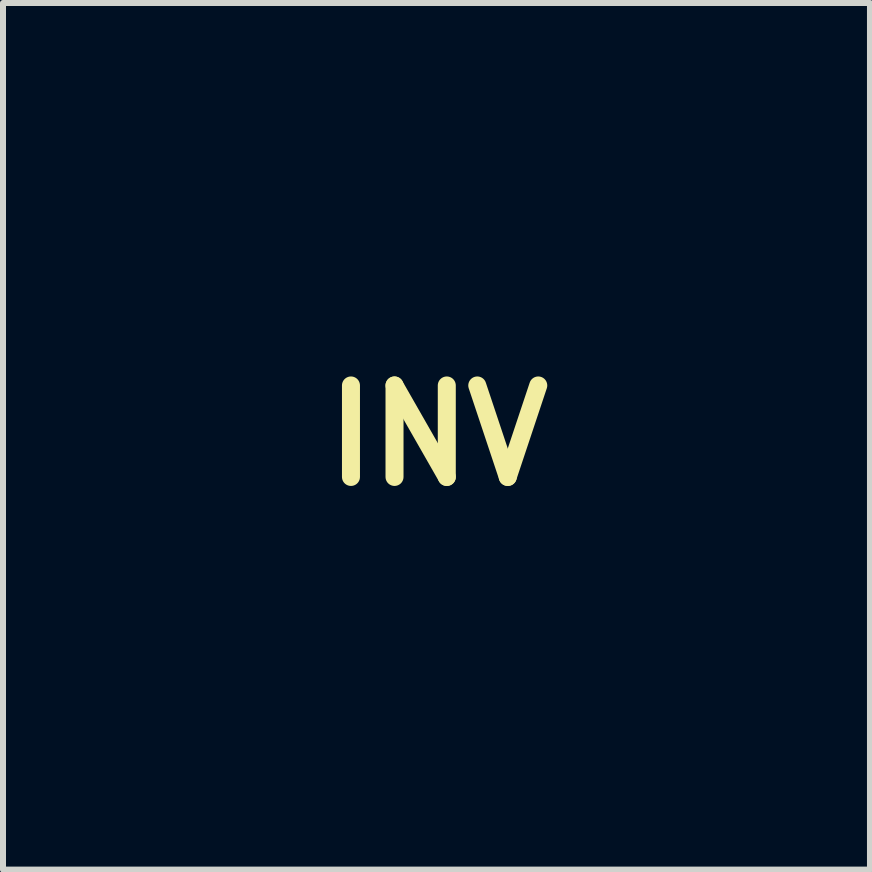
<source format=kicad_pcb>
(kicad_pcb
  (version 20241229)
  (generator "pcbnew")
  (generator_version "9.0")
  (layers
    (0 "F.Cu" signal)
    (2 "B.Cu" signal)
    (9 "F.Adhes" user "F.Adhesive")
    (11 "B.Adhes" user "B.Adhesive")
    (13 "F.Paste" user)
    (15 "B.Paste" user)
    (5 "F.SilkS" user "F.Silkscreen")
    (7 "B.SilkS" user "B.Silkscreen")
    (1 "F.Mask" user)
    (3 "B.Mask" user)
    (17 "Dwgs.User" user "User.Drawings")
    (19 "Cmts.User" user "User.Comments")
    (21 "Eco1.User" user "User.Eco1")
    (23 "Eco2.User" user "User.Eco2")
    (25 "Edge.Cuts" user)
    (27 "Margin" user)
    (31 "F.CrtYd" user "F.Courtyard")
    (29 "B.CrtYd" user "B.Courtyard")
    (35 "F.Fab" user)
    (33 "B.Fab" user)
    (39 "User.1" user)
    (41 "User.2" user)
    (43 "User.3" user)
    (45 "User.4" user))
  (footprint "INV"
    (layer "F.Cu")
    (at 4.249 4.207)
    (property "Reference" "INV" (at 0 0 0) (layer "F.SilkS") (effects (font (size 1.524 1.524) (thickness 0.3))))
    (attr through_hole)
    (fp_poly (pts (xy 0.72 2.385) (xy 0.761 2.424) (xy 0.815 2.481) (xy 0.835 2.502) (xy 0.893 2.567) (xy 0.924 2.609) (xy 0.933 2.633) (xy 0.922 2.646) (xy 0.916 2.649) (xy 0.885 2.653) (xy 0.818 2.657) (xy 0.72 2.66) (xy 0.596 2.662) (xy 0.452 2.664) (xy 0.294 2.665) (xy 0.125 2.666) (xy -0.048 2.666) (xy -0.22 2.665) (xy -0.386 2.664) (xy -0.541 2.662) (xy -0.679 2.66) (xy -0.796 2.657) (xy -0.886 2.654) (xy -0.943 2.65) (xy -0.963 2.646) (xy -0.946 2.639) (xy -0.888 2.634) (xy -0.788 2.63) (xy -0.647 2.627) (xy -0.465 2.625) (xy -0.243 2.624) (xy -0.239 2.624) (xy 0.497 2.623) (xy 0.589 2.497) (xy 0.636 2.436) (xy 0.674 2.391) (xy 0.697 2.371) (xy 0.699 2.371) (xy 0.72 2.385)) (stroke (width 0.01) (type solid)) (fill yes) (layer "F.Mask"))
    (fp_poly (pts (xy -0.549 -3.008) (xy -0.483 -2.985) (xy -0.394 -2.947) (xy -0.344 -2.914) (xy -0.329 -2.883) (xy -0.346 -2.853) (xy -0.369 -2.821) (xy -0.404 -2.761) (xy -0.446 -2.685) (xy -0.465 -2.648) (xy -0.505 -2.566) (xy -0.529 -2.513) (xy -0.537 -2.48) (xy -0.531 -2.459) (xy -0.514 -2.44) (xy -0.512 -2.438) (xy -0.495 -2.418) (xy -0.484 -2.392) (xy -0.48 -2.35) (xy -0.482 -2.283) (xy -0.488 -2.183) (xy -0.488 -2.18) (xy -0.494 -2.081) (xy -0.498 -1.952) (xy -0.502 -1.808) (xy -0.505 -1.661) (xy -0.506 -1.584) (xy -0.507 -1.436) (xy -0.511 -1.326) (xy -0.519 -1.248) (xy -0.532 -1.195) (xy -0.553 -1.164) (xy -0.583 -1.149) (xy -0.623 -1.143) (xy -0.647 -1.143) (xy -0.72 -1.143) (xy -0.72 -2.189) (xy -0.836 -2.074) (xy -0.897 -2.017) (xy -0.934 -1.989) (xy -0.951 -1.989) (xy -0.953 -1.998) (xy -0.942 -2.042) (xy -0.915 -2.097) (xy -0.911 -2.105) (xy -0.873 -2.178) (xy -0.828 -2.283) (xy -0.78 -2.407) (xy -0.733 -2.542) (xy -0.691 -2.677) (xy -0.667 -2.766) (xy -0.643 -2.856) (xy -0.623 -2.932) (xy -0.608 -2.985) (xy -0.604 -3.001) (xy -0.588 -3.013) (xy -0.549 -3.008)) (stroke (width 0.01) (type solid)) (fill yes) (layer "F.Mask"))
    (fp_poly (pts (xy -0.132 1.002) (xy -0.078 1.011) (xy -0.003 1.021) (xy 0.047 1.027) (xy 0.132 1.041) (xy 0.175 1.061) (xy 0.18 1.089) (xy 0.148 1.126) (xy 0.141 1.131) (xy 0.116 1.154) (xy 0.099 1.178) (xy 0.09 1.214) (xy 0.086 1.27) (xy 0.085 1.357) (xy 0.085 1.393) (xy 0.085 1.609) (xy 0.643 1.609) (xy 0.746 1.521) (xy 0.85 1.434) (xy 0.984 1.526) (xy 1.047 1.571) (xy 1.091 1.608) (xy 1.109 1.632) (xy 1.109 1.634) (xy 1.085 1.639) (xy 1.026 1.643) (xy 0.936 1.647) (xy 0.821 1.649) (xy 0.688 1.651) (xy 0.591 1.651) (xy 0.085 1.651) (xy 0.085 2.52) (xy 0.03 2.541) (xy -0.027 2.555) (xy -0.093 2.561) (xy -0.149 2.557) (xy -0.176 2.547) (xy -0.181 2.523) (xy -0.184 2.462) (xy -0.187 2.372) (xy -0.189 2.26) (xy -0.19 2.131) (xy -0.191 2.092) (xy -0.191 1.651) (xy -0.646 1.651) (xy -0.808 1.65) (xy -0.938 1.647) (xy -1.031 1.643) (xy -1.086 1.636) (xy -1.101 1.63) (xy -1.08 1.622) (xy -1.019 1.616) (xy -0.92 1.612) (xy -0.786 1.609) (xy -0.646 1.609) (xy -0.191 1.609) (xy -0.191 0.991) (xy -0.132 1.002)) (stroke (width 0.01) (type solid)) (fill yes) (layer "F.Mask"))
    (fp_poly (pts (xy 0.004 -3.007) (xy 0.071 -2.997) (xy 0.139 -2.984) (xy 0.194 -2.971) (xy 0.223 -2.959) (xy 0.224 -2.959) (xy 0.224 -2.932) (xy 0.204 -2.89) (xy 0.203 -2.89) (xy 0.182 -2.835) (xy 0.164 -2.75) (xy 0.155 -2.667) (xy 0.142 -2.498) (xy 0.238 -2.498) (xy 0.303 -2.502) (xy 0.343 -2.52) (xy 0.369 -2.551) (xy 0.404 -2.605) (xy 0.498 -2.537) (xy 0.558 -2.491) (xy 0.609 -2.449) (xy 0.627 -2.431) (xy 0.648 -2.403) (xy 0.638 -2.384) (xy 0.606 -2.368) (xy 0.55 -2.343) (xy 0.55 -1.925) (xy 0.551 -1.794) (xy 0.553 -1.677) (xy 0.555 -1.579) (xy 0.559 -1.51) (xy 0.563 -1.474) (xy 0.563 -1.473) (xy 0.592 -1.448) (xy 0.641 -1.44) (xy 0.692 -1.45) (xy 0.717 -1.468) (xy 0.738 -1.503) (xy 0.767 -1.563) (xy 0.792 -1.621) (xy 0.829 -1.703) (xy 0.856 -1.744) (xy 0.874 -1.744) (xy 0.885 -1.702) (xy 0.889 -1.618) (xy 0.889 -1.6) (xy 0.891 -1.515) (xy 0.897 -1.463) (xy 0.91 -1.432) (xy 0.931 -1.413) (xy 0.968 -1.371) (xy 0.968 -1.322) (xy 0.933 -1.278) (xy 0.918 -1.268) (xy 0.87 -1.254) (xy 0.795 -1.244) (xy 0.703 -1.239) (xy 0.604 -1.237) (xy 0.509 -1.239) (xy 0.428 -1.246) (xy 0.373 -1.257) (xy 0.356 -1.266) (xy 0.347 -1.285) (xy 0.339 -1.327) (xy 0.334 -1.394) (xy 0.329 -1.49) (xy 0.325 -1.62) (xy 0.322 -1.787) (xy 0.322 -1.864) (xy 0.315 -2.434) (xy 0.152 -2.434) (xy 0.139 -2.291) (xy 0.113 -2.066) (xy 0.08 -1.877) (xy 0.038 -1.719) (xy -0.015 -1.587) (xy -0.08 -1.474) (xy -0.151 -1.386) (xy -0.212 -1.325) (xy -0.275 -1.269) (xy -0.336 -1.223) (xy -0.388 -1.189) (xy -0.428 -1.169) (xy -0.449 -1.168) (xy -0.447 -1.187) (xy -0.424 -1.222) (xy -0.331 -1.352) (xy -0.258 -1.483) (xy -0.2 -1.622) (xy -0.157 -1.778) (xy -0.124 -1.957) (xy -0.101 -2.169) (xy -0.095 -2.237) (xy -0.08 -2.432) (xy -0.234 -2.438) (xy -0.327 -2.446) (xy -0.382 -2.459) (xy -0.397 -2.471) (xy -0.39 -2.485) (xy -0.353 -2.494) (xy -0.281 -2.497) (xy -0.245 -2.498) (xy -0.085 -2.498) (xy -0.085 -2.748) (xy -0.084 -2.847) (xy -0.082 -2.929) (xy -0.078 -2.986) (xy -0.074 -3.009) (xy -0.049 -3.012) (xy 0.004 -3.007)) (stroke (width 0.01) (type solid)) (fill yes) (layer "F.Mask"))
    (fp_poly (pts (xy 2.085 -2.096) (xy 2.334 -1.847) (xy 2.574 -1.606) (xy 2.804 -1.375) (xy 3.023 -1.155) (xy 3.228 -0.949) (xy 3.418 -0.757) (xy 3.591 -0.582) (xy 3.746 -0.425) (xy 3.88 -0.288) (xy 3.993 -0.173) (xy 4.082 -0.082) (xy 4.145 -0.015) (xy 4.182 0.024) (xy 4.191 0.035) (xy 4.176 0.052) (xy 4.134 0.097) (xy 4.065 0.167) (xy 3.973 0.261) (xy 3.858 0.377) (xy 3.725 0.512) (xy 3.573 0.664) (xy 3.406 0.832) (xy 3.225 1.013) (xy 3.034 1.205) (xy 2.832 1.406) (xy 2.624 1.614) (xy 2.41 1.827) (xy 2.194 2.044) (xy 1.976 2.261) (xy 1.759 2.476) (xy 1.546 2.689) (xy 1.338 2.896) (xy 1.137 3.095) (xy 0.945 3.286) (xy 0.765 3.464) (xy 0.598 3.629) (xy 0.447 3.778) (xy 0.314 3.91) (xy 0.2 4.021) (xy 0.108 4.111) (xy 0.04 4.177) (xy -0.002 4.216) (xy -0.015 4.228) (xy -0.032 4.214) (xy -0.077 4.171) (xy -0.148 4.103) (xy -0.244 4.009) (xy -0.363 3.892) (xy -0.504 3.753) (xy -0.664 3.595) (xy -0.842 3.418) (xy -1.037 3.225) (xy -1.246 3.017) (xy -1.468 2.796) (xy -1.701 2.564) (xy -1.944 2.321) (xy -2.138 2.127) (xy -4.244 0.021) (xy -4.244 0.021) (xy -3.736 0.021) (xy -1.884 1.873) (xy -1.651 2.106) (xy -1.426 2.331) (xy -1.212 2.545) (xy -1.009 2.747) (xy -0.82 2.935) (xy -0.647 3.108) (xy -0.49 3.263) (xy -0.354 3.399) (xy -0.238 3.513) (xy -0.145 3.605) (xy -0.076 3.672) (xy -0.034 3.713) (xy -0.02 3.725) (xy -0.004 3.711) (xy 0.04 3.668) (xy 0.111 3.599) (xy 0.206 3.505) (xy 0.324 3.389) (xy 0.462 3.252) (xy 0.62 3.096) (xy 0.795 2.922) (xy 0.985 2.733) (xy 1.189 2.53) (xy 1.404 2.316) (xy 1.63 2.091) (xy 1.837 1.884) (xy 2.07 1.652) (xy 2.294 1.428) (xy 2.508 1.214) (xy 2.71 1.012) (xy 2.898 0.824) (xy 3.07 0.651) (xy 3.224 0.495) (xy 3.36 0.358) (xy 3.474 0.243) (xy 3.565 0.15) (xy 3.632 0.082) (xy 3.671 0.04) (xy 3.683 0.027) (xy 3.668 0.01) (xy 3.625 -0.035) (xy 3.556 -0.106) (xy 3.463 -0.201) (xy 3.346 -0.319) (xy 3.209 -0.458) (xy 3.052 -0.616) (xy 2.878 -0.791) (xy 2.689 -0.982) (xy 2.485 -1.186) (xy 2.27 -1.402) (xy 2.045 -1.627) (xy 1.831 -1.842) (xy -0.021 -3.694) (xy -3.736 0.021) (xy -4.244 0.021) (xy -2.133 -2.09) (xy -0.021 -4.202) (xy 2.085 -2.096)) (stroke (width 0.01) (type solid)) (fill yes) (layer "F.Mask"))
    (fp_poly (pts (xy -1.303 -1.197) (xy -1.16 -1.17) (xy -1.019 -1.13) (xy -0.898 -1.082) (xy -0.871 -1.068) (xy -0.775 -1.006) (xy -0.659 -0.913) (xy -0.527 -0.795) (xy -0.384 -0.654) (xy -0.235 -0.496) (xy -0.231 -0.492) (xy -0.015 -0.253) (xy 0.102 -0.386) (xy 0.159 -0.449) (xy 0.237 -0.532) (xy 0.328 -0.627) (xy 0.424 -0.724) (xy 0.466 -0.767) (xy 0.567 -0.866) (xy 0.647 -0.941) (xy 0.714 -0.996) (xy 0.775 -1.038) (xy 0.839 -1.074) (xy 0.87 -1.089) (xy 1.077 -1.163) (xy 1.302 -1.199) (xy 1.524 -1.199) (xy 1.76 -1.165) (xy 1.971 -1.096) (xy 2.157 -0.993) (xy 2.32 -0.854) (xy 2.46 -0.681) (xy 2.573 -0.481) (xy 2.646 -0.278) (xy 2.684 -0.062) (xy 2.686 0.16) (xy 2.652 0.38) (xy 2.582 0.589) (xy 2.547 0.662) (xy 2.47 0.785) (xy 2.366 0.913) (xy 2.249 1.032) (xy 2.128 1.131) (xy 2.053 1.18) (xy 1.934 1.242) (xy 1.825 1.286) (xy 1.715 1.313) (xy 1.591 1.328) (xy 1.443 1.331) (xy 1.366 1.33) (xy 1.247 1.327) (xy 1.161 1.323) (xy 1.097 1.315) (xy 1.045 1.303) (xy 0.995 1.285) (xy 0.937 1.258) (xy 0.91 1.244) (xy 0.802 1.185) (xy 0.698 1.116) (xy 0.592 1.03) (xy 0.478 0.923) (xy 0.349 0.789) (xy 0.268 0.7) (xy 0.189 0.614) (xy 0.119 0.54) (xy 0.063 0.484) (xy 0.027 0.451) (xy 0.016 0.445) (xy -0.005 0.459) (xy -0.052 0.499) (xy -0.119 0.56) (xy -0.202 0.638) (xy -0.296 0.728) (xy -0.337 0.768) (xy -0.482 0.908) (xy -0.606 1.02) (xy -0.714 1.108) (xy -0.811 1.176) (xy -0.903 1.228) (xy -0.996 1.268) (xy -1.048 1.287) (xy -1.18 1.318) (xy -1.337 1.337) (xy -1.505 1.342) (xy -1.662 1.332) (xy -1.861 1.295) (xy -2.038 1.23) (xy -2.201 1.131) (xy -2.358 0.995) (xy -2.4 0.952) (xy -2.524 0.797) (xy -2.623 0.626) (xy -2.691 0.449) (xy -2.708 0.383) (xy -2.723 0.274) (xy -2.731 0.144) (xy -2.731 0.072) (xy -2.336 0.072) (xy -2.317 0.251) (xy -2.26 0.422) (xy -2.168 0.58) (xy -2.041 0.72) (xy -1.937 0.803) (xy -1.831 0.865) (xy -1.718 0.905) (xy -1.582 0.929) (xy -1.577 0.93) (xy -1.409 0.938) (xy -1.263 0.918) (xy -1.125 0.869) (xy -1.111 0.862) (xy -1.058 0.832) (xy -1.001 0.791) (xy -0.933 0.735) (xy -0.85 0.658) (xy -0.748 0.558) (xy -0.66 0.468) (xy -0.564 0.37) (xy -0.477 0.28) (xy -0.405 0.204) (xy -0.352 0.146) (xy -0.322 0.111) (xy -0.318 0.105) (xy -0.316 0.089) (xy 0.301 0.089) (xy 0.317 0.11) (xy 0.355 0.156) (xy 0.412 0.222) (xy 0.481 0.301) (xy 0.508 0.332) (xy 0.687 0.523) (xy 0.85 0.678) (xy 1 0.795) (xy 1.136 0.878) (xy 1.262 0.927) (xy 1.29 0.934) (xy 1.375 0.941) (xy 1.482 0.938) (xy 1.596 0.924) (xy 1.699 0.902) (xy 1.71 0.899) (xy 1.868 0.831) (xy 2.003 0.733) (xy 2.113 0.61) (xy 2.196 0.468) (xy 2.253 0.313) (xy 2.281 0.149) (xy 2.281 -0.018) (xy 2.252 -0.182) (xy 2.191 -0.339) (xy 2.099 -0.482) (xy 1.975 -0.607) (xy 1.969 -0.612) (xy 1.833 -0.702) (xy 1.693 -0.76) (xy 1.536 -0.788) (xy 1.428 -0.793) (xy 1.328 -0.79) (xy 1.237 -0.777) (xy 1.151 -0.751) (xy 1.066 -0.71) (xy 0.978 -0.651) (xy 0.882 -0.57) (xy 0.774 -0.464) (xy 0.65 -0.332) (xy 0.505 -0.169) (xy 0.479 -0.139) (xy 0.411 -0.059) (xy 0.356 0.009) (xy 0.318 0.06) (xy 0.301 0.087) (xy 0.301 0.089) (xy -0.316 0.089) (xy -0.316 0.087) (xy -0.327 0.059) (xy -0.353 0.018) (xy -0.398 -0.039) (xy -0.463 -0.115) (xy -0.55 -0.214) (xy -0.663 -0.338) (xy -0.755 -0.438) (xy -0.878 -0.564) (xy -0.988 -0.658) (xy -1.093 -0.724) (xy -1.199 -0.767) (xy -1.314 -0.791) (xy -1.366 -0.797) (xy -1.513 -0.796) (xy -1.665 -0.773) (xy -1.805 -0.731) (xy -1.894 -0.689) (xy -1.986 -0.622) (xy -2.082 -0.529) (xy -2.171 -0.424) (xy -2.239 -0.321) (xy -2.256 -0.287) (xy -2.316 -0.108) (xy -2.336 0.072) (xy -2.731 0.072) (xy -2.731 0.007) (xy -2.723 -0.122) (xy -2.708 -0.231) (xy -2.698 -0.275) (xy -2.62 -0.471) (xy -2.511 -0.655) (xy -2.376 -0.821) (xy -2.221 -0.96) (xy -2.053 -1.066) (xy -2.049 -1.067) (xy -1.879 -1.135) (xy -1.687 -1.182) (xy -1.493 -1.205) (xy -1.43 -1.206) (xy -1.303 -1.197)) (stroke (width 0.01) (type solid)) (fill yes) (layer "F.Mask")))
  (gr_rect
    (start -3 -3)
    (end 11.445 11.439)
    (stroke (width 0.1) (type default))
    (fill no)
    (layer "Edge.Cuts")))
</source>
